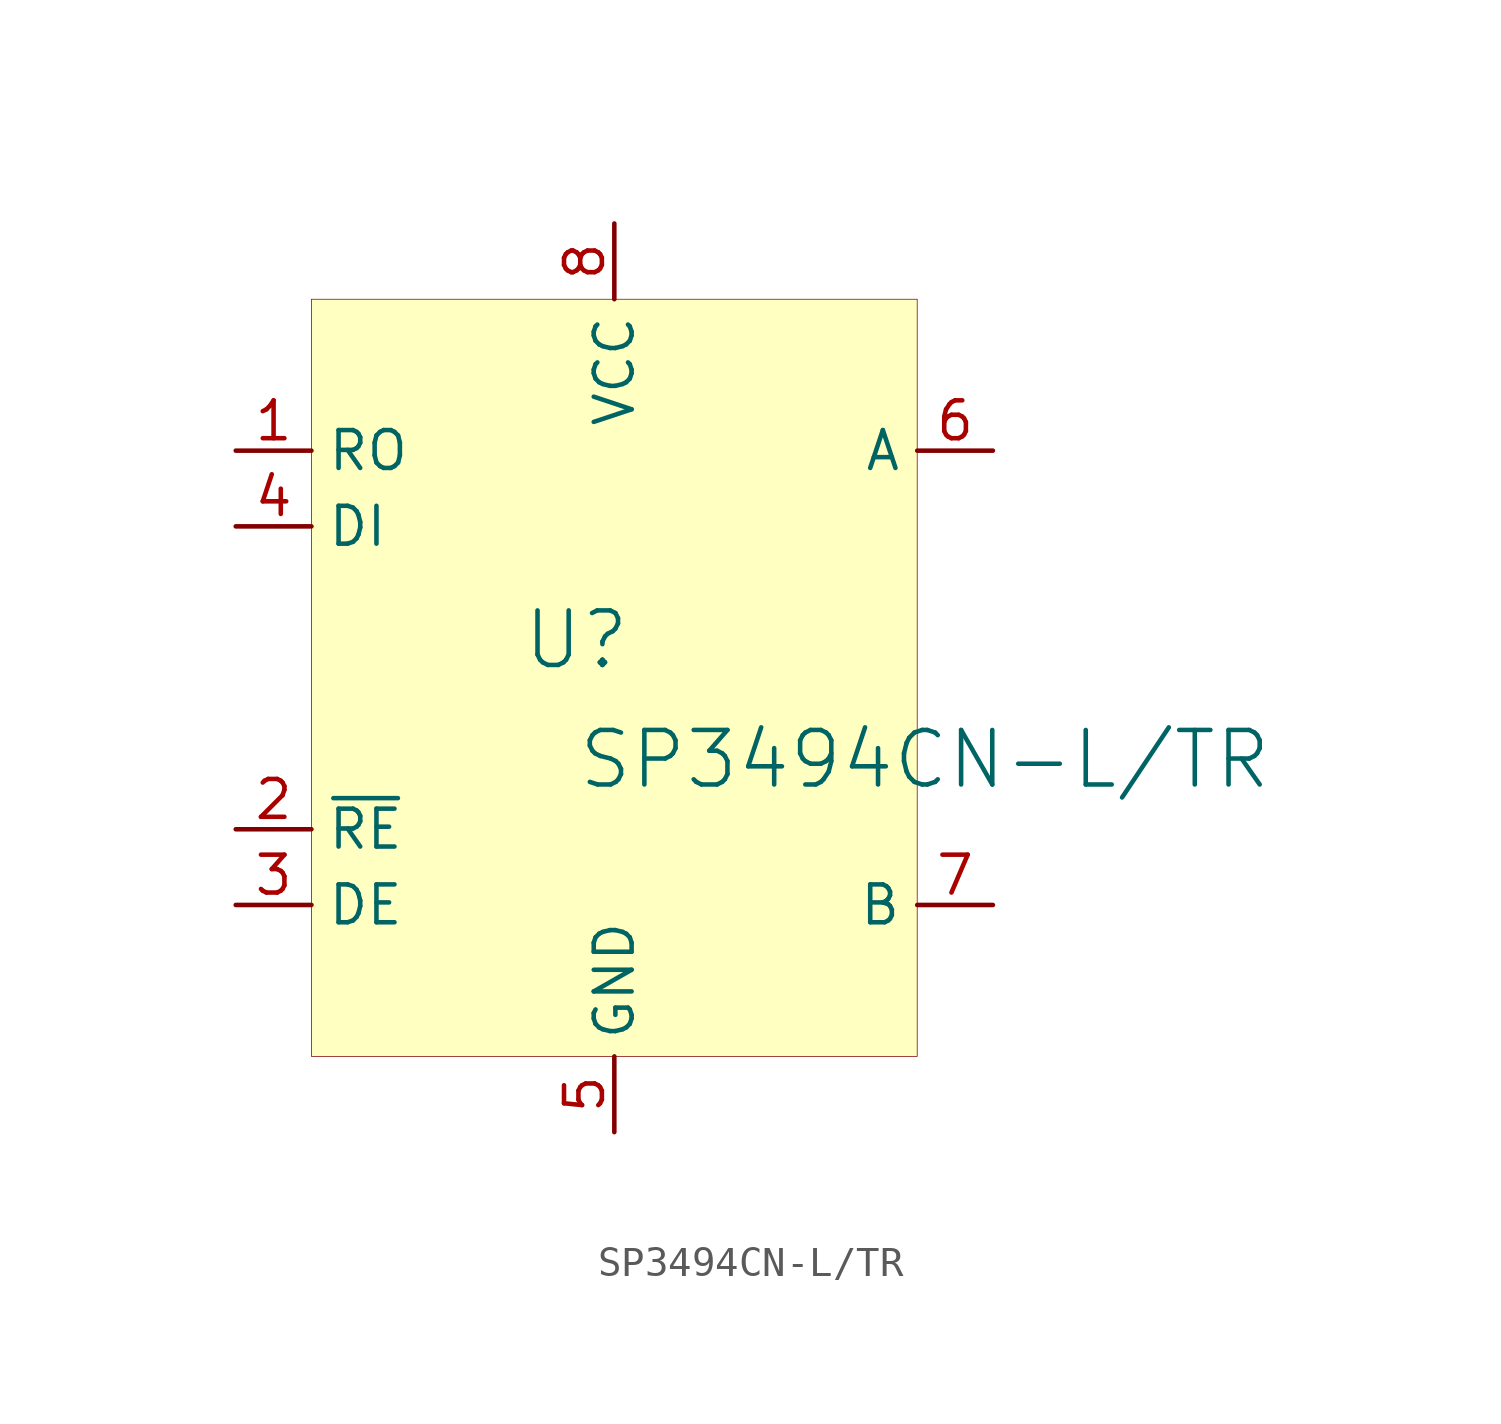
<source format=kicad_sym>
(kicad_symbol_lib
  (version 20231120)
  (generator "kicad_symbol_editor")
  (generator_version "8.0")
  (symbol "SP3494CN-L/TR"
    (property "Reference" "U"
      (at -1.27 1.27 0)
      (effects (font (size 1.829 1.829))))
    (property "Value" "SP3494CN-L/TR"
      (at -1.27 -3.81 0)
      (effects (font (size 1.829 1.829)) (justify left bottom)))
    (symbol "SP3494CN-L/TR_1_0"
      (rectangle (start 10.16 12.7) (end -10.16 -12.7) (stroke (width 0.025) (type solid) (color 128 0 0 1)) (fill (type background)))
      (pin output line (at -12.7 7.62 0) (length 2.54) (name "RO" (effects (font (size 1.27 1.27)))) (number "1" (effects (font (size 1.27 1.27)))))
      (pin input line (at -12.7 -5.08 0) (length 2.54) (name "~{RE}" (effects (font (size 1.27 1.27)))) (number "2" (effects (font (size 1.27 1.27)))))
      (pin input line (at -12.7 -7.62 0) (length 2.54) (name "DE" (effects (font (size 1.27 1.27)))) (number "3" (effects (font (size 1.27 1.27)))))
      (pin input line (at -12.7 5.08 0) (length 2.54) (name "DI" (effects (font (size 1.27 1.27)))) (number "4" (effects (font (size 1.27 1.27)))))
      (pin power_in line (at 0 -15.24 90) (length 2.54) (name "GND" (effects (font (size 1.27 1.27)))) (number "5" (effects (font (size 1.27 1.27)))))
      (pin bidirectional line (at 12.7 7.62 180) (length 2.54) (name "A" (effects (font (size 1.27 1.27)))) (number "6" (effects (font (size 1.27 1.27)))))
      (pin bidirectional line (at 12.7 -7.62 180) (length 2.54) (name "B" (effects (font (size 1.27 1.27)))) (number "7" (effects (font (size 1.27 1.27)))))
      (pin power_in line (at 0 15.24 270) (length 2.54) (name "VCC" (effects (font (size 1.27 1.27)))) (number "8" (effects (font (size 1.27 1.27))))))))
</source>
